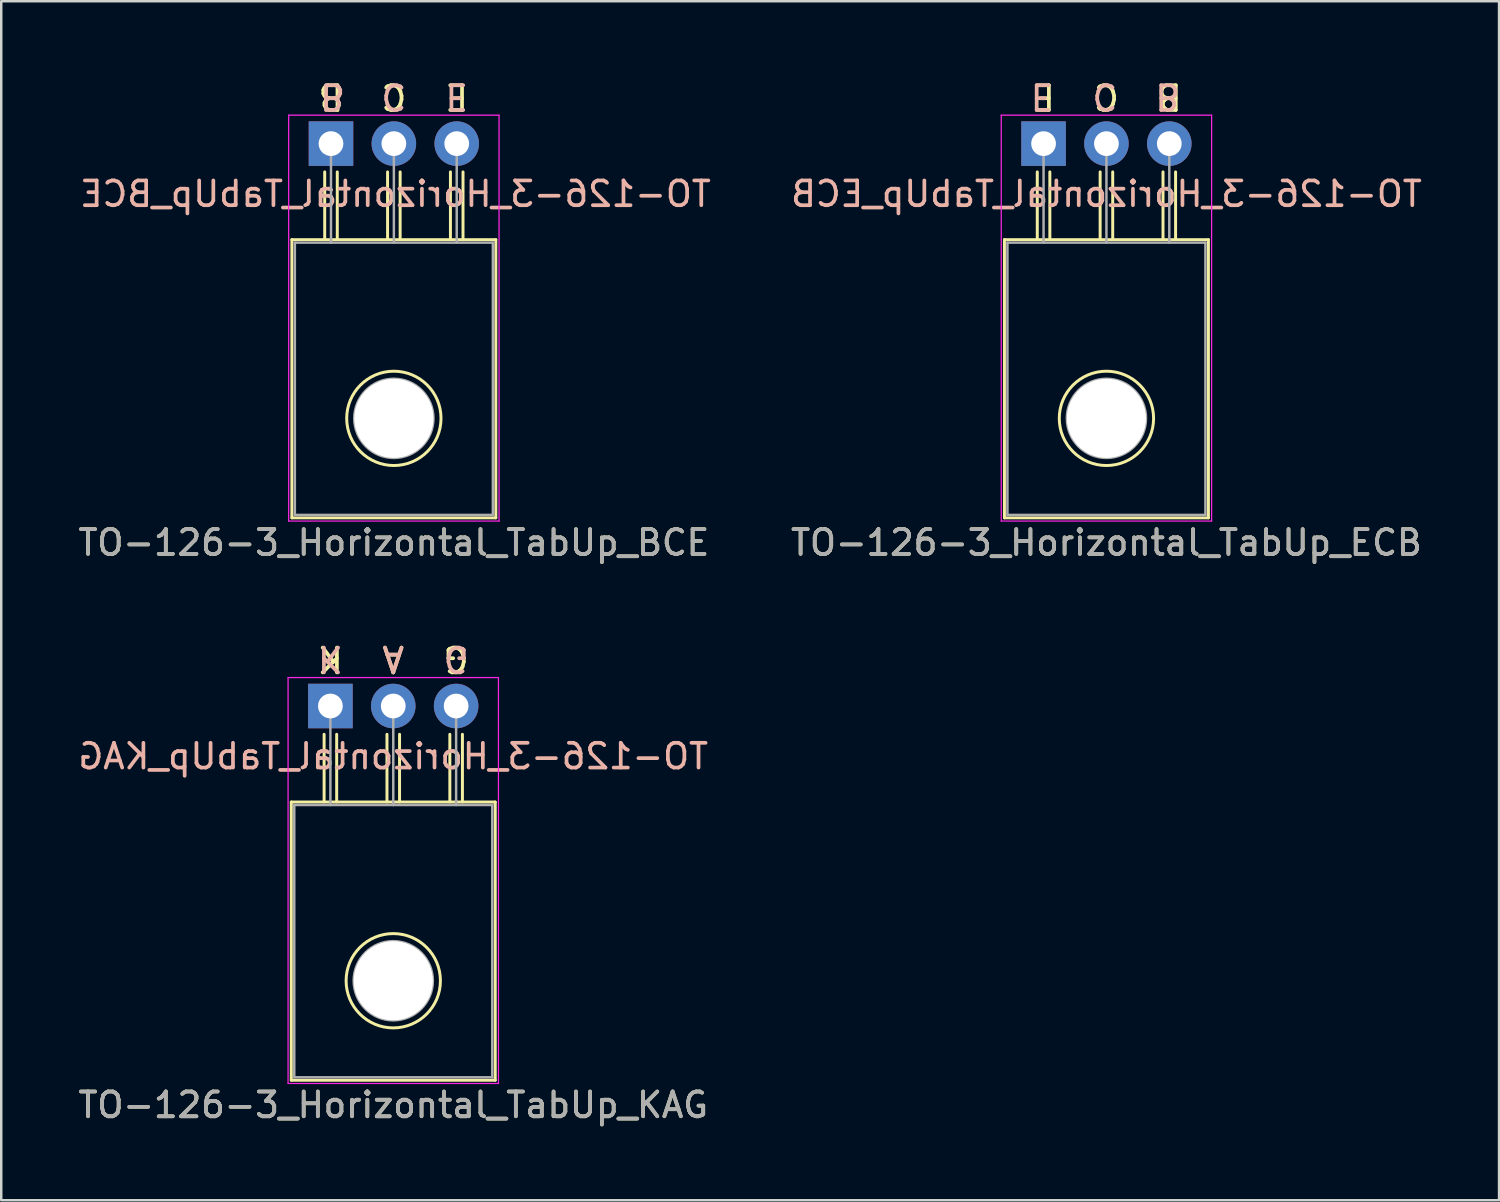
<source format=kicad_pcb>
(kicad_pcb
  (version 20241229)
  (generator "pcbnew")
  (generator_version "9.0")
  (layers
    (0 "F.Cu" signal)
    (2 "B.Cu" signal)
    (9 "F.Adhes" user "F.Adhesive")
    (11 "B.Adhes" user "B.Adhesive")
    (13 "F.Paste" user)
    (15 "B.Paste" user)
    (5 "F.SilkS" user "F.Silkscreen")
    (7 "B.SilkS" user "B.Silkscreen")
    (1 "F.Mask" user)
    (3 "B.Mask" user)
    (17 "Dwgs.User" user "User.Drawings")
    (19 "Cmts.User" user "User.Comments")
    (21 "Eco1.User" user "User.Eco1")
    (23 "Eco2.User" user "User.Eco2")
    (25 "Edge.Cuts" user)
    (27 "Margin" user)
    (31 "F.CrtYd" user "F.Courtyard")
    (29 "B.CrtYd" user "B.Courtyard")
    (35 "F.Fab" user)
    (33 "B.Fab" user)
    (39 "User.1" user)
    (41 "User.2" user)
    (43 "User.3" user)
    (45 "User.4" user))
  (footprint "TO-126-3_Horizontal_TabUp_KAG"
    (layer "F.Cu")
    (at 10.299 25.475)
    (property "Reference" "TO-126-3_Horizontal_TabUp_KAG" (at 2.54 16.12 0) (layer "F.SilkS") (effects (font (size 1 1) (thickness 0.15))))
    (fp_line (start -1.58 3.88) (end -1.58 15.12) (stroke (width 0.12) (type solid)) (layer "F.SilkS"))
    (fp_line (start -1.58 3.88) (end 6.66 3.88) (stroke (width 0.12) (type solid)) (layer "F.SilkS"))
    (fp_line (start -1.58 15.12) (end 6.66 15.12) (stroke (width 0.12) (type solid)) (layer "F.SilkS"))
    (fp_line (start -0.254 3.873) (end -0.254 1.143) (stroke (width 0.12) (type solid)) (layer "F.SilkS"))
    (fp_line (start 0.254 1.143) (end 0.254 3.873) (stroke (width 0.12) (type solid)) (layer "F.SilkS"))
    (fp_line (start 2.286 3.873) (end 2.286 1.143) (stroke (width 0.12) (type solid)) (layer "F.SilkS"))
    (fp_line (start 2.794 1.143) (end 2.794 3.873) (stroke (width 0.12) (type solid)) (layer "F.SilkS"))
    (fp_line (start 4.826 3.873) (end 4.826 1.143) (stroke (width 0.12) (type solid)) (layer "F.SilkS"))
    (fp_line (start 5.334 1.143) (end 5.334 3.873) (stroke (width 0.12) (type solid)) (layer "F.SilkS"))
    (fp_line (start 6.66 3.88) (end 6.66 15.12) (stroke (width 0.12) (type solid)) (layer "F.SilkS"))
    (fp_circle (center 2.54 11.1) (end 0.635 11.125) (stroke (width 0.12) (type solid)) (fill no) (layer "F.SilkS"))
    (fp_line (start -1.71 -1.15) (end -1.71 15.25) (stroke (width 0.05) (type solid)) (layer "F.CrtYd"))
    (fp_line (start -1.71 15.25) (end 6.79 15.25) (stroke (width 0.05) (type solid)) (layer "F.CrtYd"))
    (fp_line (start 6.79 -1.15) (end -1.71 -1.15) (stroke (width 0.05) (type solid)) (layer "F.CrtYd"))
    (fp_line (start 6.79 15.25) (end 6.79 -1.15) (stroke (width 0.05) (type solid)) (layer "F.CrtYd"))
    (fp_line (start -1.46 4) (end -1.46 15) (stroke (width 0.1) (type solid)) (layer "F.Fab"))
    (fp_line (start -1.46 15) (end 6.54 15) (stroke (width 0.1) (type solid)) (layer "F.Fab"))
    (fp_line (start 0 4) (end 0 0) (stroke (width 0.1) (type solid)) (layer "F.Fab"))
    (fp_line (start 2.54 4) (end 2.54 0) (stroke (width 0.1) (type solid)) (layer "F.Fab"))
    (fp_line (start 5.08 4) (end 5.08 0) (stroke (width 0.1) (type solid)) (layer "F.Fab"))
    (fp_line (start 6.54 4) (end -1.46 4) (stroke (width 0.1) (type solid)) (layer "F.Fab"))
    (fp_line (start 6.54 15) (end 6.54 4) (stroke (width 0.1) (type solid)) (layer "F.Fab"))
    (fp_circle (center 2.54 11.1) (end 4.14 11.1) (stroke (width 0.1) (type solid)) (fill no) (layer "F.Fab"))
    (fp_text user "A" (at 2.54 -1.905 180) (unlocked yes) (layer "F.SilkS") (effects (font (size 1 1) (thickness 0.15))))
    (fp_text user "G" (at 5.08 -1.905 180) (unlocked yes) (layer "F.SilkS") (effects (font (size 1 1) (thickness 0.15))))
    (fp_text user "K" (at 0 -1.905 180) (unlocked yes) (layer "F.SilkS") (effects (font (size 1 1) (thickness 0.15))))
    (fp_text user "G" (at 5.08 -1.905 180) (unlocked yes) (layer "B.SilkS") (effects (font (size 1 1) (thickness 0.15)) (justify mirror)))
    (fp_text user "A" (at 2.54 -1.905 180) (unlocked yes) (layer "B.SilkS") (effects (font (size 1 1) (thickness 0.15)) (justify mirror)))
    (fp_text user "K" (at 0 -1.905 180) (unlocked yes) (layer "B.SilkS") (effects (font (size 1 1) (thickness 0.15)) (justify mirror)))
    (fp_text user "${REFERENCE}" (at 2.54 2.032 0) (layer "B.SilkS") (effects (font (size 1 1) (thickness 0.15)) (justify mirror)))
    (fp_text user "${REFERENCE}" (at 2.54 16.12 0) (layer "F.Fab") (effects (font (size 1 1) (thickness 0.15))))
    (pad "" np_thru_hole oval (at 2.54 11.1) (size 3.2 3.2) (drill 3.2) (layers "*.Cu" "*.Mask"))
    (pad "1" thru_hole rect (at 0 0) (size 1.8 1.8) (drill 1) (layers "*.Cu" "*.Mask"))
    (pad "2" thru_hole oval (at 2.54 0) (size 1.8 1.8) (drill 1) (layers "*.Cu" "*.Mask"))
    (pad "3" thru_hole oval (at 5.08 0) (size 1.8 1.8) (drill 1) (layers "*.Cu" "*.Mask")))
  (footprint "TO-126-3_Horizontal_TabUp_BCE"
    (layer "F.Cu")
    (at 10.323 2.753)
    (property "Reference" "TO-126-3_Horizontal_TabUp_BCE" (at 2.54 16.12 0) (layer "F.SilkS") (effects (font (size 1 1) (thickness 0.15))))
    (fp_line (start -1.58 3.88) (end -1.58 15.12) (stroke (width 0.12) (type solid)) (layer "F.SilkS"))
    (fp_line (start -1.58 3.88) (end 6.66 3.88) (stroke (width 0.12) (type solid)) (layer "F.SilkS"))
    (fp_line (start -1.58 15.12) (end 6.66 15.12) (stroke (width 0.12) (type solid)) (layer "F.SilkS"))
    (fp_line (start -0.254 3.873) (end -0.254 1.143) (stroke (width 0.12) (type solid)) (layer "F.SilkS"))
    (fp_line (start 0.254 1.143) (end 0.254 3.873) (stroke (width 0.12) (type solid)) (layer "F.SilkS"))
    (fp_line (start 2.286 3.873) (end 2.286 1.143) (stroke (width 0.12) (type solid)) (layer "F.SilkS"))
    (fp_line (start 2.794 1.143) (end 2.794 3.873) (stroke (width 0.12) (type solid)) (layer "F.SilkS"))
    (fp_line (start 4.826 3.873) (end 4.826 1.143) (stroke (width 0.12) (type solid)) (layer "F.SilkS"))
    (fp_line (start 5.334 1.143) (end 5.334 3.873) (stroke (width 0.12) (type solid)) (layer "F.SilkS"))
    (fp_line (start 6.66 3.88) (end 6.66 15.12) (stroke (width 0.12) (type solid)) (layer "F.SilkS"))
    (fp_circle (center 2.54 11.1) (end 0.635 11.125) (stroke (width 0.12) (type solid)) (fill no) (layer "F.SilkS"))
    (fp_line (start -1.71 -1.15) (end -1.71 15.25) (stroke (width 0.05) (type solid)) (layer "F.CrtYd"))
    (fp_line (start -1.71 15.25) (end 6.79 15.25) (stroke (width 0.05) (type solid)) (layer "F.CrtYd"))
    (fp_line (start 6.79 -1.15) (end -1.71 -1.15) (stroke (width 0.05) (type solid)) (layer "F.CrtYd"))
    (fp_line (start 6.79 15.25) (end 6.79 -1.15) (stroke (width 0.05) (type solid)) (layer "F.CrtYd"))
    (fp_line (start -1.46 4) (end -1.46 15) (stroke (width 0.1) (type solid)) (layer "F.Fab"))
    (fp_line (start -1.46 15) (end 6.54 15) (stroke (width 0.1) (type solid)) (layer "F.Fab"))
    (fp_line (start 0 4) (end 0 0) (stroke (width 0.1) (type solid)) (layer "F.Fab"))
    (fp_line (start 2.54 4) (end 2.54 0) (stroke (width 0.1) (type solid)) (layer "F.Fab"))
    (fp_line (start 5.08 4) (end 5.08 0) (stroke (width 0.1) (type solid)) (layer "F.Fab"))
    (fp_line (start 6.54 4) (end -1.46 4) (stroke (width 0.1) (type solid)) (layer "F.Fab"))
    (fp_line (start 6.54 15) (end 6.54 4) (stroke (width 0.1) (type solid)) (layer "F.Fab"))
    (fp_circle (center 2.54 11.1) (end 4.14 11.1) (stroke (width 0.1) (type solid)) (fill no) (layer "F.Fab"))
    (fp_text user "C" (at 2.54 -1.905 180) (unlocked yes) (layer "F.SilkS") (effects (font (size 1 1) (thickness 0.15))))
    (fp_text user "B" (at 0 -1.905 180) (unlocked yes) (layer "F.SilkS") (effects (font (size 1 1) (thickness 0.15))))
    (fp_text user "E" (at 5.08 -1.905 180) (unlocked yes) (layer "F.SilkS") (effects (font (size 1 1) (thickness 0.15))))
    (fp_text user "C" (at 2.54 -1.905 180) (unlocked yes) (layer "B.SilkS") (effects (font (size 1 1) (thickness 0.15)) (justify mirror)))
    (fp_text user "B" (at 0.064 -1.905 180) (unlocked yes) (layer "B.SilkS") (effects (font (size 1 1) (thickness 0.15)) (justify mirror)))
    (fp_text user "${REFERENCE}" (at 2.603 2.032 0) (layer "B.SilkS") (effects (font (size 1 1) (thickness 0.15)) (justify mirror)))
    (fp_text user "E" (at 5.08 -1.905 180) (unlocked yes) (layer "B.SilkS") (effects (font (size 1 1) (thickness 0.15)) (justify mirror)))
    (fp_text user "${REFERENCE}" (at 2.54 16.12 0) (layer "F.Fab") (effects (font (size 1 1) (thickness 0.15))))
    (pad "" np_thru_hole oval (at 2.54 11.1) (size 3.2 3.2) (drill 3.2) (layers "*.Cu" "*.Mask"))
    (pad "1" thru_hole rect (at 0 0) (size 1.8 1.8) (drill 1) (layers "*.Cu" "*.Mask"))
    (pad "2" thru_hole oval (at 2.54 0) (size 1.8 1.8) (drill 1) (layers "*.Cu" "*.Mask"))
    (pad "3" thru_hole oval (at 5.08 0) (size 1.8 1.8) (drill 1) (layers "*.Cu" "*.Mask")))
  (footprint "TO-126-3_Horizontal_TabUp_ECB"
    (layer "F.Cu")
    (at 39.113 2.753)
    (property "Reference" "TO-126-3_Horizontal_TabUp_ECB" (at 2.54 16.12 0) (layer "F.SilkS") (effects (font (size 1 1) (thickness 0.15))))
    (fp_line (start -1.58 3.88) (end -1.58 15.12) (stroke (width 0.12) (type solid)) (layer "F.SilkS"))
    (fp_line (start -1.58 3.88) (end 6.66 3.88) (stroke (width 0.12) (type solid)) (layer "F.SilkS"))
    (fp_line (start -1.58 15.12) (end 6.66 15.12) (stroke (width 0.12) (type solid)) (layer "F.SilkS"))
    (fp_line (start -0.254 3.873) (end -0.254 1.143) (stroke (width 0.12) (type solid)) (layer "F.SilkS"))
    (fp_line (start 0.254 1.143) (end 0.254 3.873) (stroke (width 0.12) (type solid)) (layer "F.SilkS"))
    (fp_line (start 2.286 3.873) (end 2.286 1.143) (stroke (width 0.12) (type solid)) (layer "F.SilkS"))
    (fp_line (start 2.794 1.143) (end 2.794 3.873) (stroke (width 0.12) (type solid)) (layer "F.SilkS"))
    (fp_line (start 4.826 3.873) (end 4.826 1.143) (stroke (width 0.12) (type solid)) (layer "F.SilkS"))
    (fp_line (start 5.334 1.143) (end 5.334 3.873) (stroke (width 0.12) (type solid)) (layer "F.SilkS"))
    (fp_line (start 6.66 3.88) (end 6.66 15.12) (stroke (width 0.12) (type solid)) (layer "F.SilkS"))
    (fp_circle (center 2.54 11.1) (end 0.635 11.125) (stroke (width 0.12) (type solid)) (fill no) (layer "F.SilkS"))
    (fp_line (start -1.71 -1.15) (end -1.71 15.25) (stroke (width 0.05) (type solid)) (layer "F.CrtYd"))
    (fp_line (start -1.71 15.25) (end 6.79 15.25) (stroke (width 0.05) (type solid)) (layer "F.CrtYd"))
    (fp_line (start 6.79 -1.15) (end -1.71 -1.15) (stroke (width 0.05) (type solid)) (layer "F.CrtYd"))
    (fp_line (start 6.79 15.25) (end 6.79 -1.15) (stroke (width 0.05) (type solid)) (layer "F.CrtYd"))
    (fp_line (start -1.46 4) (end -1.46 15) (stroke (width 0.1) (type solid)) (layer "F.Fab"))
    (fp_line (start -1.46 15) (end 6.54 15) (stroke (width 0.1) (type solid)) (layer "F.Fab"))
    (fp_line (start 0 4) (end 0 0) (stroke (width 0.1) (type solid)) (layer "F.Fab"))
    (fp_line (start 2.54 4) (end 2.54 0) (stroke (width 0.1) (type solid)) (layer "F.Fab"))
    (fp_line (start 5.08 4) (end 5.08 0) (stroke (width 0.1) (type solid)) (layer "F.Fab"))
    (fp_line (start 6.54 4) (end -1.46 4) (stroke (width 0.1) (type solid)) (layer "F.Fab"))
    (fp_line (start 6.54 15) (end 6.54 4) (stroke (width 0.1) (type solid)) (layer "F.Fab"))
    (fp_circle (center 2.54 11.1) (end 4.14 11.1) (stroke (width 0.1) (type solid)) (fill no) (layer "F.Fab"))
    (fp_text user "C" (at 2.54 -1.905 180) (unlocked yes) (layer "F.SilkS") (effects (font (size 1 1) (thickness 0.15))))
    (fp_text user "E" (at 0 -1.905 180) (unlocked yes) (layer "F.SilkS") (effects (font (size 1 1) (thickness 0.15))))
    (fp_text user "B" (at 5.08 -1.905 180) (unlocked yes) (layer "F.SilkS") (effects (font (size 1 1) (thickness 0.15))))
    (fp_text user "E" (at -0.064 -1.905 180) (unlocked yes) (layer "B.SilkS") (effects (font (size 1 1) (thickness 0.15)) (justify mirror)))
    (fp_text user "C" (at 2.477 -1.905 180) (unlocked yes) (layer "B.SilkS") (effects (font (size 1 1) (thickness 0.15)) (justify mirror)))
    (fp_text user "${REFERENCE}" (at 2.54 2.032 0) (layer "B.SilkS") (effects (font (size 1 1) (thickness 0.15)) (justify mirror)))
    (fp_text user "B" (at 5.016 -1.905 180) (unlocked yes) (layer "B.SilkS") (effects (font (size 1 1) (thickness 0.15)) (justify mirror)))
    (fp_text user "${REFERENCE}" (at 2.54 16.12 0) (layer "F.Fab") (effects (font (size 1 1) (thickness 0.15))))
    (pad "" np_thru_hole oval (at 2.54 11.1) (size 3.2 3.2) (drill 3.2) (layers "*.Cu" "*.Mask"))
    (pad "1" thru_hole rect (at 0 0) (size 1.8 1.8) (drill 1) (layers "*.Cu" "*.Mask"))
    (pad "2" thru_hole oval (at 2.54 0) (size 1.8 1.8) (drill 1) (layers "*.Cu" "*.Mask"))
    (pad "3" thru_hole oval (at 5.08 0) (size 1.8 1.8) (drill 1) (layers "*.Cu" "*.Mask")))
  (gr_rect
    (start -3 -3)
    (end 57.516 45.443)
    (stroke (width 0.1) (type default))
    (fill no)
    (layer "Edge.Cuts")))
</source>
